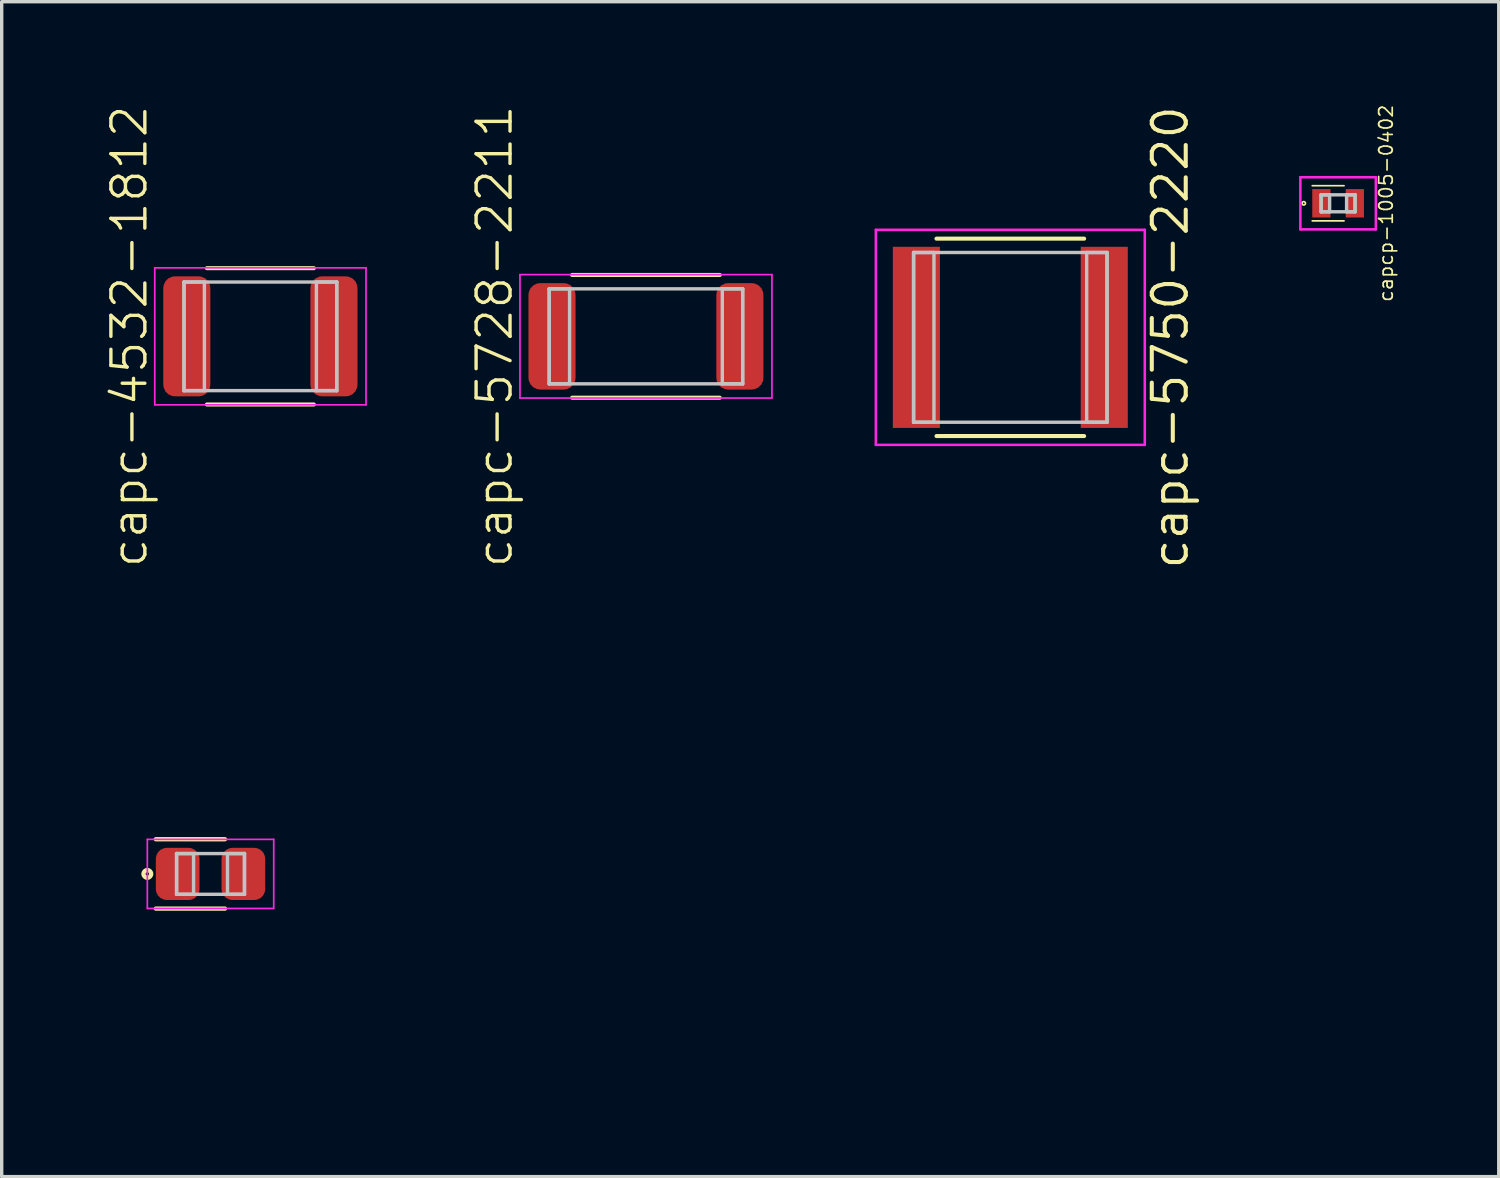
<source format=kicad_pcb>
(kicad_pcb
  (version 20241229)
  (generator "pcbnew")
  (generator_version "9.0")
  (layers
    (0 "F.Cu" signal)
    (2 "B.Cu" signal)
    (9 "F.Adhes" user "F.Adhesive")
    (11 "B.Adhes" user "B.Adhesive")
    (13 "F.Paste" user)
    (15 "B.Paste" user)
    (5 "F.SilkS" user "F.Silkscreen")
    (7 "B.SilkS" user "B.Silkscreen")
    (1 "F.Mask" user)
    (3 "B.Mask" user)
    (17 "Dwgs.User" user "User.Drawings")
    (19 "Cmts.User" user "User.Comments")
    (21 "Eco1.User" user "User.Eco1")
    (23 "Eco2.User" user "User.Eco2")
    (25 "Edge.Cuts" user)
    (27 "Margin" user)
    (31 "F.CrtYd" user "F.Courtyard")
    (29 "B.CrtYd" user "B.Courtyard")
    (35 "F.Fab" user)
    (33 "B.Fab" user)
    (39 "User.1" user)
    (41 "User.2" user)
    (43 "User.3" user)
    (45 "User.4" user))
  (footprint "capcp-2012-0805"
    (layer "F.Cu")
    (at 3.153 22.699)
    (property "Reference" "capcp-2012-0805" (at -2.462 0 90) (layer "User.1") (effects (font (size 0.8 0.8) (thickness 0.127))))
    (attr through_hole)
    (fp_line (start -1.612 -1.022) (end 0.425 -1.022) (stroke (width 0.127) (type solid)) (layer "F.SilkS"))
    (fp_line (start -1.612 1.022) (end 0.425 1.022) (stroke (width 0.127) (type solid)) (layer "F.SilkS"))
    (fp_circle (center -1.862 0) (end -1.812 0) (stroke (width 0.127) (type solid)) (fill no) (layer "F.SilkS"))
    (fp_line (start -1 -0.6) (end -1 0.6) (stroke (width 0.1) (type solid)) (layer "Dwgs.User"))
    (fp_line (start -1 -0.6) (end -1 0.6) (stroke (width 0.1) (type solid)) (layer "Dwgs.User"))
    (fp_line (start -1 0.6) (end -0.5 0.6) (stroke (width 0.1) (type solid)) (layer "Dwgs.User"))
    (fp_line (start -1 0.6) (end 1 0.6) (stroke (width 0.1) (type solid)) (layer "Dwgs.User"))
    (fp_line (start -0.5 -0.6) (end -1 -0.6) (stroke (width 0.1) (type solid)) (layer "Dwgs.User"))
    (fp_line (start -0.5 0.6) (end -0.5 -0.6) (stroke (width 0.1) (type solid)) (layer "Dwgs.User"))
    (fp_line (start 0.5 -0.6) (end 0.5 0.6) (stroke (width 0.1) (type solid)) (layer "Dwgs.User"))
    (fp_line (start 0.5 0.6) (end 1 0.6) (stroke (width 0.1) (type solid)) (layer "Dwgs.User"))
    (fp_line (start 1 -0.6) (end -1 -0.6) (stroke (width 0.1) (type solid)) (layer "Dwgs.User"))
    (fp_line (start 1 -0.6) (end 0.5 -0.6) (stroke (width 0.1) (type solid)) (layer "Dwgs.User"))
    (fp_line (start 1 0.6) (end 1 -0.6) (stroke (width 0.1) (type solid)) (layer "Dwgs.User"))
    (fp_line (start 1 0.6) (end 1 -0.6) (stroke (width 0.1) (type solid)) (layer "Dwgs.User"))
    (fp_line (start -1.862 -1.018) (end -1.862 1.018) (stroke (width 0.05) (type solid)) (layer "F.CrtYd"))
    (fp_line (start -1.862 1.018) (end 1.862 1.018) (stroke (width 0.05) (type solid)) (layer "F.CrtYd"))
    (fp_line (start 1.862 -1.018) (end -1.862 -1.018) (stroke (width 0.05) (type solid)) (layer "F.CrtYd"))
    (fp_line (start 1.862 1.018) (end 1.862 -1.018) (stroke (width 0.05) (type solid)) (layer "F.CrtYd"))
    (pad "1" smd roundrect (at -0.968 0) (size 1.287 1.537) (layers "F.Cu" "F.Mask" "F.Paste") (roundrect_rratio 0.25))
    (pad "2" smd roundrect (at 0.968 0) (size 1.287 1.537) (layers "F.Cu" "F.Mask" "F.Paste") (roundrect_rratio 0.25)))
  (footprint "capc-5728-2211"
    (layer "F.Cu")
    (at 15.982 6.86)
    (property "Reference" "capc-5728-2211" (at -4.462 0 90) (layer "F.SilkS") (effects (font (size 1 1) (thickness 0.1))))
    (attr through_hole)
    (fp_line (start -2.175 -1.808) (end 2.175 -1.808) (stroke (width 0.12) (type solid)) (layer "F.SilkS"))
    (fp_line (start -2.175 1.808) (end 2.175 1.808) (stroke (width 0.12) (type solid)) (layer "F.SilkS"))
    (fp_line (start -2.85 -1.4) (end -2.85 1.4) (stroke (width 0.1) (type solid)) (layer "Dwgs.User"))
    (fp_line (start -2.85 -1.4) (end -2.85 1.4) (stroke (width 0.1) (type solid)) (layer "Dwgs.User"))
    (fp_line (start -2.85 1.4) (end -2.25 1.4) (stroke (width 0.1) (type solid)) (layer "Dwgs.User"))
    (fp_line (start -2.85 1.4) (end 2.85 1.4) (stroke (width 0.1) (type solid)) (layer "Dwgs.User"))
    (fp_line (start -2.25 -1.4) (end -2.85 -1.4) (stroke (width 0.1) (type solid)) (layer "Dwgs.User"))
    (fp_line (start -2.25 1.4) (end -2.25 -1.4) (stroke (width 0.1) (type solid)) (layer "Dwgs.User"))
    (fp_line (start 2.25 -1.4) (end 2.25 1.4) (stroke (width 0.1) (type solid)) (layer "Dwgs.User"))
    (fp_line (start 2.25 1.4) (end 2.85 1.4) (stroke (width 0.1) (type solid)) (layer "Dwgs.User"))
    (fp_line (start 2.85 -1.4) (end -2.85 -1.4) (stroke (width 0.1) (type solid)) (layer "Dwgs.User"))
    (fp_line (start 2.85 -1.4) (end 2.25 -1.4) (stroke (width 0.1) (type solid)) (layer "Dwgs.User"))
    (fp_line (start 2.85 1.4) (end 2.85 -1.4) (stroke (width 0.1) (type solid)) (layer "Dwgs.User"))
    (fp_line (start 2.85 1.4) (end 2.85 -1.4) (stroke (width 0.1) (type solid)) (layer "Dwgs.User"))
    (fp_line (start -3.712 -1.818) (end -3.712 1.818) (stroke (width 0.05) (type solid)) (layer "F.CrtYd"))
    (fp_line (start -3.712 1.818) (end 3.712 1.818) (stroke (width 0.05) (type solid)) (layer "F.CrtYd"))
    (fp_line (start 3.712 -1.818) (end -3.712 -1.818) (stroke (width 0.05) (type solid)) (layer "F.CrtYd"))
    (fp_line (start 3.712 1.818) (end 3.712 -1.818) (stroke (width 0.05) (type solid)) (layer "F.CrtYd"))
    (pad "1" smd roundrect (at -2.768 0) (size 1.387 3.137) (layers "F.Cu" "F.Mask" "F.Paste") (roundrect_rratio 0.25))
    (pad "2" smd roundrect (at 2.768 0) (size 1.387 3.137) (layers "F.Cu" "F.Mask" "F.Paste") (roundrect_rratio 0.25)))
  (footprint "capc-4532-1812"
    (layer "F.Cu")
    (at 4.622 6.86)
    (property "Reference" "capc-4532-1812" (at -3.862 0 90) (layer "F.SilkS") (effects (font (size 1 1) (thickness 0.1))))
    (attr through_hole)
    (fp_line (start -1.575 -2.008) (end 1.575 -2.008) (stroke (width 0.12) (type solid)) (layer "F.SilkS"))
    (fp_line (start -1.575 2.008) (end 1.575 2.008) (stroke (width 0.12) (type solid)) (layer "F.SilkS"))
    (fp_line (start -2.25 -1.6) (end -2.25 1.6) (stroke (width 0.1) (type solid)) (layer "Dwgs.User"))
    (fp_line (start -2.25 -1.6) (end -2.25 1.6) (stroke (width 0.1) (type solid)) (layer "Dwgs.User"))
    (fp_line (start -2.25 1.6) (end -1.65 1.6) (stroke (width 0.1) (type solid)) (layer "Dwgs.User"))
    (fp_line (start -2.25 1.6) (end 2.25 1.6) (stroke (width 0.1) (type solid)) (layer "Dwgs.User"))
    (fp_line (start -1.65 -1.6) (end -2.25 -1.6) (stroke (width 0.1) (type solid)) (layer "Dwgs.User"))
    (fp_line (start -1.65 1.6) (end -1.65 -1.6) (stroke (width 0.1) (type solid)) (layer "Dwgs.User"))
    (fp_line (start 1.65 -1.6) (end 1.65 1.6) (stroke (width 0.1) (type solid)) (layer "Dwgs.User"))
    (fp_line (start 1.65 1.6) (end 2.25 1.6) (stroke (width 0.1) (type solid)) (layer "Dwgs.User"))
    (fp_line (start 2.25 -1.6) (end -2.25 -1.6) (stroke (width 0.1) (type solid)) (layer "Dwgs.User"))
    (fp_line (start 2.25 -1.6) (end 1.65 -1.6) (stroke (width 0.1) (type solid)) (layer "Dwgs.User"))
    (fp_line (start 2.25 1.6) (end 2.25 -1.6) (stroke (width 0.1) (type solid)) (layer "Dwgs.User"))
    (fp_line (start 2.25 1.6) (end 2.25 -1.6) (stroke (width 0.1) (type solid)) (layer "Dwgs.User"))
    (fp_line (start -3.112 -2.018) (end -3.112 2.018) (stroke (width 0.05) (type solid)) (layer "F.CrtYd"))
    (fp_line (start -3.112 2.018) (end 3.112 2.018) (stroke (width 0.05) (type solid)) (layer "F.CrtYd"))
    (fp_line (start 3.112 -2.018) (end -3.112 -2.018) (stroke (width 0.05) (type solid)) (layer "F.CrtYd"))
    (fp_line (start 3.112 2.018) (end 3.112 -2.018) (stroke (width 0.05) (type solid)) (layer "F.CrtYd"))
    (pad "1" smd roundrect (at -2.168 0) (size 1.387 3.537) (layers "F.Cu" "F.Mask" "F.Paste") (roundrect_rratio 0.25))
    (pad "2" smd roundrect (at 2.168 0) (size 1.387 3.537) (layers "F.Cu" "F.Mask" "F.Paste") (roundrect_rratio 0.25)))
  (footprint "capc-5750-2220"
    (layer "F.Cu")
    (at 26.718 6.89)
    (property "Reference" "capc-5750-2220" (at 4.712 0 90) (layer "F.SilkS") (effects (font (size 1 1) (thickness 0.12))))
    (attr through_hole)
    (fp_line (start -2.175 -2.908) (end 2.175 -2.908) (stroke (width 0.12) (type solid)) (layer "F.SilkS"))
    (fp_line (start -2.175 2.908) (end 2.175 2.908) (stroke (width 0.12) (type solid)) (layer "F.SilkS"))
    (fp_line (start -2.85 -2.5) (end -2.85 2.5) (stroke (width 0.1) (type solid)) (layer "Dwgs.User"))
    (fp_line (start -2.85 -2.5) (end -2.85 2.5) (stroke (width 0.1) (type solid)) (layer "Dwgs.User"))
    (fp_line (start -2.85 2.5) (end -2.25 2.5) (stroke (width 0.1) (type solid)) (layer "Dwgs.User"))
    (fp_line (start -2.85 2.5) (end 2.85 2.5) (stroke (width 0.1) (type solid)) (layer "Dwgs.User"))
    (fp_line (start -2.25 -2.5) (end -2.85 -2.5) (stroke (width 0.1) (type solid)) (layer "Dwgs.User"))
    (fp_line (start -2.25 2.5) (end -2.25 -2.5) (stroke (width 0.1) (type solid)) (layer "Dwgs.User"))
    (fp_line (start 2.25 -2.5) (end 2.25 2.5) (stroke (width 0.1) (type solid)) (layer "Dwgs.User"))
    (fp_line (start 2.25 2.5) (end 2.85 2.5) (stroke (width 0.1) (type solid)) (layer "Dwgs.User"))
    (fp_line (start 2.85 -2.5) (end -2.85 -2.5) (stroke (width 0.1) (type solid)) (layer "Dwgs.User"))
    (fp_line (start 2.85 -2.5) (end 2.25 -2.5) (stroke (width 0.1) (type solid)) (layer "Dwgs.User"))
    (fp_line (start 2.85 2.5) (end 2.85 -2.5) (stroke (width 0.1) (type solid)) (layer "Dwgs.User"))
    (fp_line (start 2.85 2.5) (end 2.85 -2.5) (stroke (width 0.1) (type solid)) (layer "Dwgs.User"))
    (fp_line (start -0.75 0) (end 0.75 0) (stroke (width 0.12) (type solid)) (layer "Eco1.User"))
    (fp_line (start 0 -0.75) (end 0 0.75) (stroke (width 0.12) (type solid)) (layer "Eco1.User"))
    (fp_circle (center 0 0) (end 0.5 0) (stroke (width 0.12) (type solid)) (fill no) (layer "Eco1.User"))
    (fp_line (start -3.962 -3.168) (end -3.962 3.168) (stroke (width 0.075) (type solid)) (layer "F.CrtYd"))
    (fp_line (start -3.962 3.168) (end 3.962 3.168) (stroke (width 0.075) (type solid)) (layer "F.CrtYd"))
    (fp_line (start 3.962 -3.168) (end -3.962 -3.168) (stroke (width 0.075) (type solid)) (layer "F.CrtYd"))
    (fp_line (start 3.962 3.168) (end 3.962 -3.168) (stroke (width 0.075) (type solid)) (layer "F.CrtYd"))
    (pad "1" smd rect (at -2.768 0) (size 1.387 5.337) (layers "F.Cu" "F.Mask" "F.Paste"))
    (pad "2" smd rect (at 2.768 0) (size 1.387 5.337) (layers "F.Cu" "F.Mask" "F.Paste")))
  (footprint "capcp-1005-0402"
    (layer "F.Cu")
    (at 36.376 2.94)
    (property "Reference" "capcp-1005-0402" (at 1.412 0 90) (layer "F.SilkS") (effects (font (size 0.4 0.4) (thickness 0.05))))
    (attr through_hole)
    (fp_line (start -0.762 -0.518) (end 0.175 -0.518) (stroke (width 0.05) (type solid)) (layer "F.SilkS"))
    (fp_line (start -0.762 0.518) (end 0.175 0.518) (stroke (width 0.05) (type solid)) (layer "F.SilkS"))
    (fp_circle (center -1.012 0) (end -0.962 0) (stroke (width 0.05) (type solid)) (fill no) (layer "F.SilkS"))
    (fp_line (start -0.5 -0.25) (end -0.5 0.25) (stroke (width 0.1) (type solid)) (layer "Dwgs.User"))
    (fp_line (start -0.5 -0.25) (end -0.5 0.25) (stroke (width 0.1) (type solid)) (layer "Dwgs.User"))
    (fp_line (start -0.5 0.25) (end -0.25 0.25) (stroke (width 0.1) (type solid)) (layer "Dwgs.User"))
    (fp_line (start -0.5 0.25) (end 0.5 0.25) (stroke (width 0.1) (type solid)) (layer "Dwgs.User"))
    (fp_line (start -0.25 -0.25) (end -0.5 -0.25) (stroke (width 0.1) (type solid)) (layer "Dwgs.User"))
    (fp_line (start -0.25 0.25) (end -0.25 -0.25) (stroke (width 0.1) (type solid)) (layer "Dwgs.User"))
    (fp_line (start 0.25 -0.25) (end 0.25 0.25) (stroke (width 0.1) (type solid)) (layer "Dwgs.User"))
    (fp_line (start 0.25 0.25) (end 0.5 0.25) (stroke (width 0.1) (type solid)) (layer "Dwgs.User"))
    (fp_line (start 0.5 -0.25) (end -0.5 -0.25) (stroke (width 0.1) (type solid)) (layer "Dwgs.User"))
    (fp_line (start 0.5 -0.25) (end 0.25 -0.25) (stroke (width 0.1) (type solid)) (layer "Dwgs.User"))
    (fp_line (start 0.5 0.25) (end 0.5 -0.25) (stroke (width 0.1) (type solid)) (layer "Dwgs.User"))
    (fp_line (start 0.5 0.25) (end 0.5 -0.25) (stroke (width 0.1) (type solid)) (layer "Dwgs.User"))
    (fp_line (start -0.75 0) (end 0.75 0) (stroke (width 0.05) (type solid)) (layer "Eco1.User"))
    (fp_line (start 0 -0.75) (end 0 0.75) (stroke (width 0.05) (type solid)) (layer "Eco1.User"))
    (fp_circle (center 0 0) (end 0.5 0) (stroke (width 0.05) (type solid)) (fill no) (layer "Eco1.User"))
    (fp_line (start -1.112 -0.768) (end -1.112 0.768) (stroke (width 0.075) (type solid)) (layer "F.CrtYd"))
    (fp_line (start -1.112 0.768) (end 1.112 0.768) (stroke (width 0.075) (type solid)) (layer "F.CrtYd"))
    (fp_line (start 1.112 -0.768) (end -1.112 -0.768) (stroke (width 0.075) (type solid)) (layer "F.CrtYd"))
    (fp_line (start 1.112 0.768) (end 1.112 -0.768) (stroke (width 0.075) (type solid)) (layer "F.CrtYd"))
    (pad "1" smd rect (at -0.493 0) (size 0.537 0.837) (layers "F.Cu" "F.Mask" "F.Paste"))
    (pad "2" smd rect (at 0.493 0) (size 0.537 0.837) (layers "F.Cu" "F.Mask" "F.Paste")))
  (gr_rect
    (start -3 -3)
    (end 41.109 31.619)
    (stroke (width 0.1) (type default))
    (fill no)
    (layer "Edge.Cuts")))
</source>
